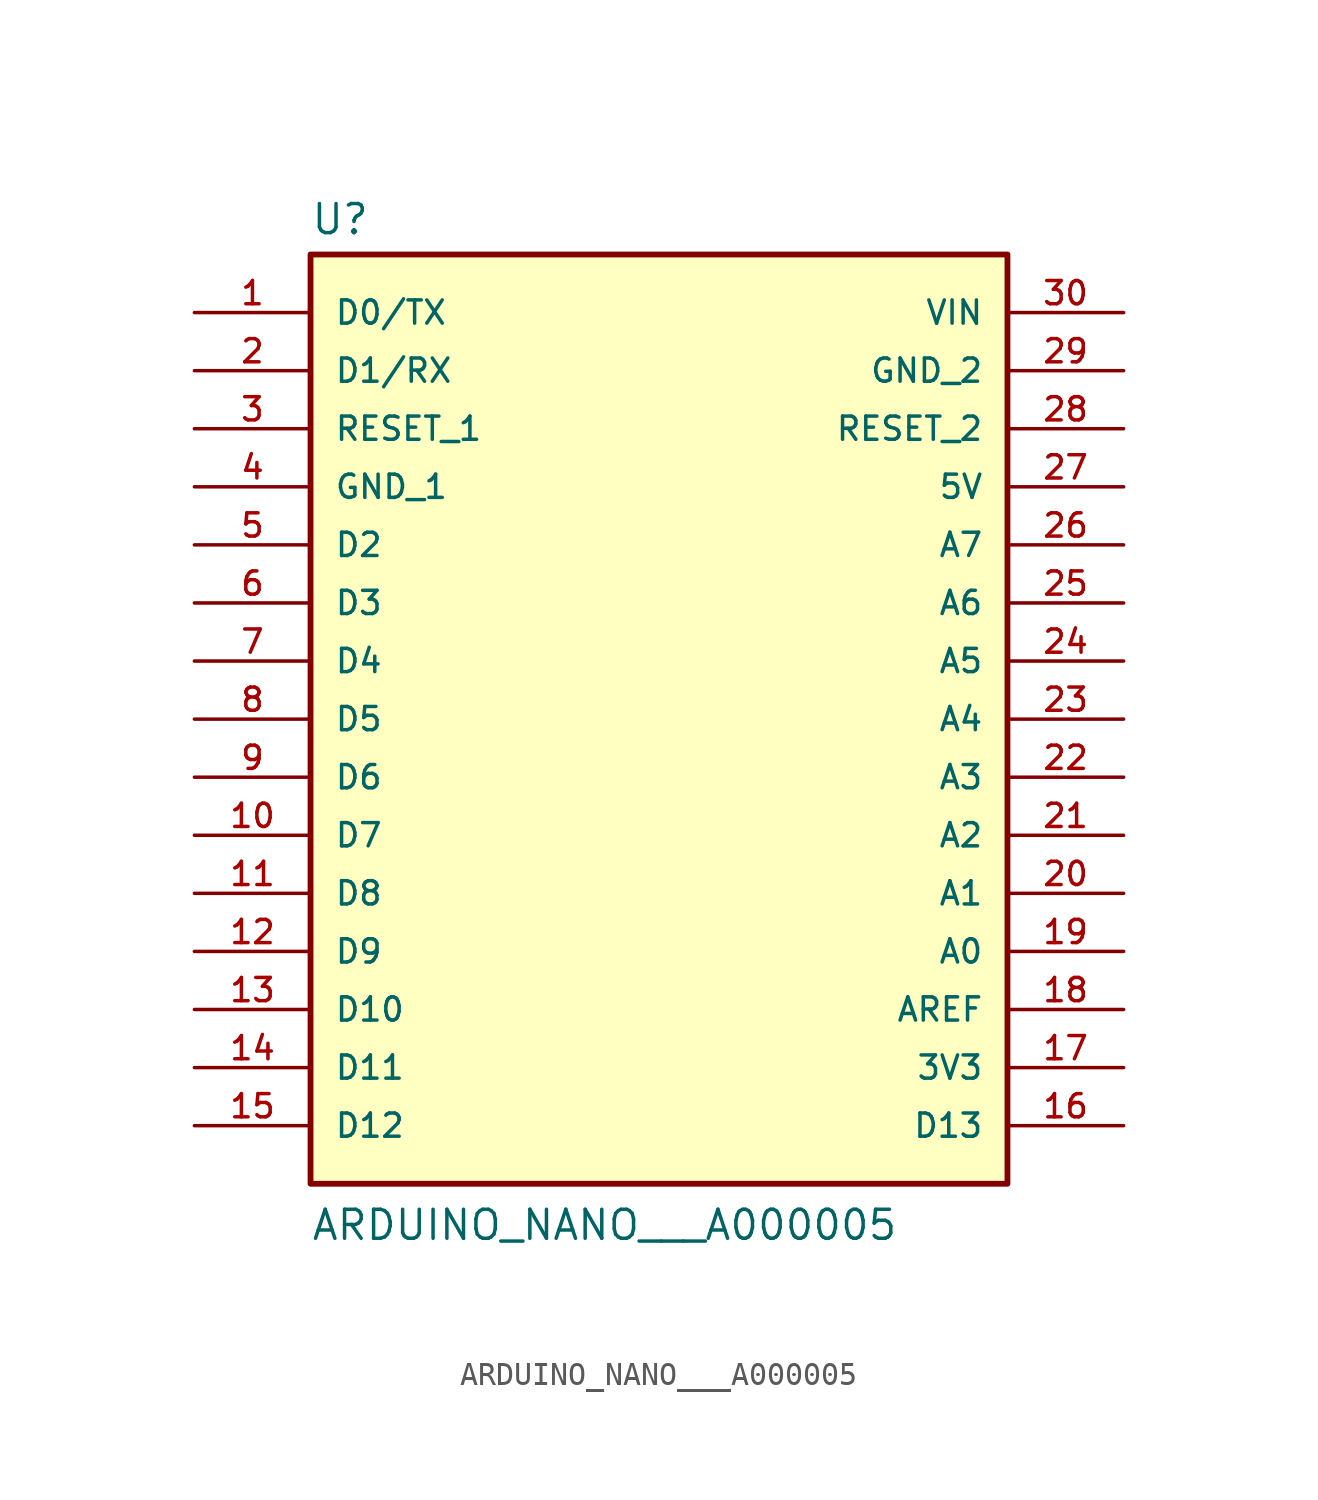
<source format=kicad_sym>
(kicad_symbol_lib
  (version 20211014)
  (generator kicad_symbol_editor)
  (symbol "ARDUINO_NANO___A000005"
    (pin_names
      (offset 1.016))
    (property "Reference" "U"
      (at -15.253 21.115 0)
      (effects (font (size 1.27 1.27)) (justify bottom left)))
    (property "Value" "ARDUINO_NANO___A000005"
      (at -15.243 -22.869 0)
      (effects (font (size 1.27 1.27)) (justify bottom left)))
    (symbol "ARDUINO_NANO___A000005_0_0"
      (rectangle (start -15.24 -20.32) (end 15.24 20.32) (stroke (width 0.254)) (fill (type background)))
      (pin bidirectional line (at -20.32 15.24 0) (length 5.08) (name "D1/RX" (effects (font (size 1.016 1.016)))) (number "2" (effects (font (size 1.016 1.016)))))
      (pin bidirectional line (at -20.32 17.78 0) (length 5.08) (name "D0/TX" (effects (font (size 1.016 1.016)))) (number "1" (effects (font (size 1.016 1.016)))))
      (pin bidirectional line (at -20.32 7.62 0) (length 5.08) (name "D2" (effects (font (size 1.016 1.016)))) (number "5" (effects (font (size 1.016 1.016)))))
      (pin bidirectional line (at -20.32 5.08 0) (length 5.08) (name "D3" (effects (font (size 1.016 1.016)))) (number "6" (effects (font (size 1.016 1.016)))))
      (pin bidirectional line (at -20.32 2.54 0) (length 5.08) (name "D4" (effects (font (size 1.016 1.016)))) (number "7" (effects (font (size 1.016 1.016)))))
      (pin bidirectional line (at -20.32 0.0 0) (length 5.08) (name "D5" (effects (font (size 1.016 1.016)))) (number "8" (effects (font (size 1.016 1.016)))))
      (pin bidirectional line (at -20.32 -2.54 0) (length 5.08) (name "D6" (effects (font (size 1.016 1.016)))) (number "9" (effects (font (size 1.016 1.016)))))
      (pin bidirectional line (at -20.32 -5.08 0) (length 5.08) (name "D7" (effects (font (size 1.016 1.016)))) (number "10" (effects (font (size 1.016 1.016)))))
      (pin bidirectional line (at -20.32 -7.62 0) (length 5.08) (name "D8" (effects (font (size 1.016 1.016)))) (number "11" (effects (font (size 1.016 1.016)))))
      (pin bidirectional line (at -20.32 -10.16 0) (length 5.08) (name "D9" (effects (font (size 1.016 1.016)))) (number "12" (effects (font (size 1.016 1.016)))))
      (pin bidirectional line (at -20.32 -12.7 0) (length 5.08) (name "D10" (effects (font (size 1.016 1.016)))) (number "13" (effects (font (size 1.016 1.016)))))
      (pin bidirectional line (at -20.32 -15.24 0) (length 5.08) (name "D11" (effects (font (size 1.016 1.016)))) (number "14" (effects (font (size 1.016 1.016)))))
      (pin bidirectional line (at -20.32 -17.78 0) (length 5.08) (name "D12" (effects (font (size 1.016 1.016)))) (number "15" (effects (font (size 1.016 1.016)))))
      (pin bidirectional line (at 20.32 -17.78 180.0) (length 5.08) (name "D13" (effects (font (size 1.016 1.016)))) (number "16" (effects (font (size 1.016 1.016)))))
      (pin input line (at 20.32 7.62 180.0) (length 5.08) (name "A7" (effects (font (size 1.016 1.016)))) (number "26" (effects (font (size 1.016 1.016)))))
      (pin input line (at 20.32 5.08 180.0) (length 5.08) (name "A6" (effects (font (size 1.016 1.016)))) (number "25" (effects (font (size 1.016 1.016)))))
      (pin input line (at 20.32 2.54 180.0) (length 5.08) (name "A5" (effects (font (size 1.016 1.016)))) (number "24" (effects (font (size 1.016 1.016)))))
      (pin input line (at 20.32 0.0 180.0) (length 5.08) (name "A4" (effects (font (size 1.016 1.016)))) (number "23" (effects (font (size 1.016 1.016)))))
      (pin input line (at 20.32 -2.54 180.0) (length 5.08) (name "A3" (effects (font (size 1.016 1.016)))) (number "22" (effects (font (size 1.016 1.016)))))
      (pin input line (at 20.32 -5.08 180.0) (length 5.08) (name "A2" (effects (font (size 1.016 1.016)))) (number "21" (effects (font (size 1.016 1.016)))))
      (pin input line (at 20.32 -7.62 180.0) (length 5.08) (name "A1" (effects (font (size 1.016 1.016)))) (number "20" (effects (font (size 1.016 1.016)))))
      (pin input line (at 20.32 -10.16 180.0) (length 5.08) (name "A0" (effects (font (size 1.016 1.016)))) (number "19" (effects (font (size 1.016 1.016)))))
      (pin input line (at 20.32 -12.7 180.0) (length 5.08) (name "AREF" (effects (font (size 1.016 1.016)))) (number "18" (effects (font (size 1.016 1.016)))))
      (pin input line (at -20.32 12.7 0) (length 5.08) (name "RESET_1" (effects (font (size 1.016 1.016)))) (number "3" (effects (font (size 1.016 1.016)))))
      (pin power_in line (at 20.32 17.78 180.0) (length 5.08) (name "VIN" (effects (font (size 1.016 1.016)))) (number "30" (effects (font (size 1.016 1.016)))))
      (pin power_in line (at 20.32 15.24 180.0) (length 5.08) (name "GND_2" (effects (font (size 1.016 1.016)))) (number "29" (effects (font (size 1.016 1.016)))))
      (pin power_in line (at 20.32 -15.24 180.0) (length 5.08) (name "3V3" (effects (font (size 1.016 1.016)))) (number "17" (effects (font (size 1.016 1.016)))))
      (pin power_in line (at 20.32 10.16 180.0) (length 5.08) (name "5V" (effects (font (size 1.016 1.016)))) (number "27" (effects (font (size 1.016 1.016)))))
      (pin power_in line (at -20.32 10.16 0) (length 5.08) (name "GND_1" (effects (font (size 1.016 1.016)))) (number "4" (effects (font (size 1.016 1.016)))))
      (pin input line (at 20.32 12.7 180.0) (length 5.08) (name "RESET_2" (effects (font (size 1.016 1.016)))) (number "28" (effects (font (size 1.016 1.016))))))))
</source>
